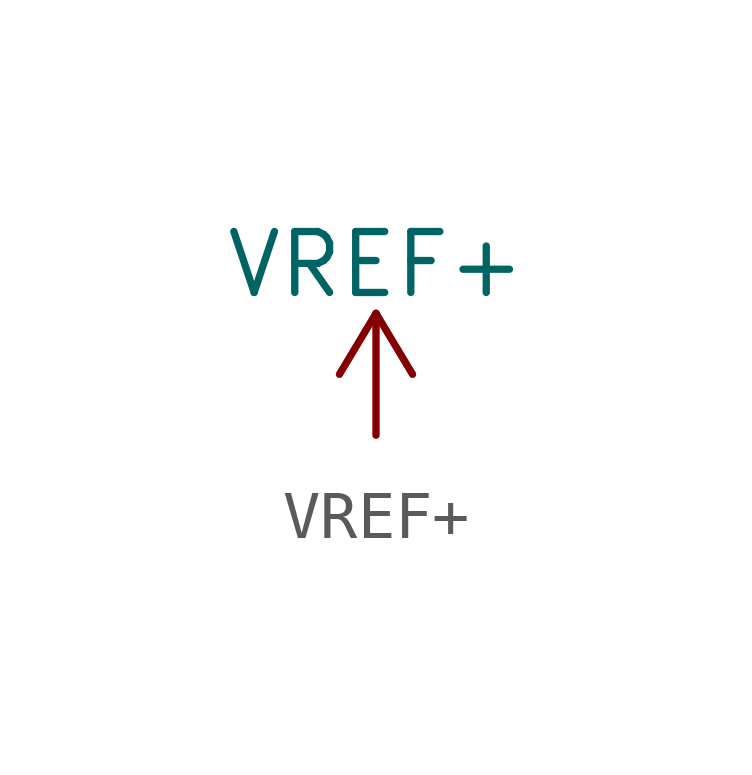
<source format=kicad_sym>
(kicad_symbol_lib
  (version 20211014)
  (generator kicad_symbol_editor)
  (symbol "VREF+"
    (power)
    (pin_names
      (offset 0))
    (property "Reference" "#PWR"
      (at 0 -3.81 0)
      (effects (font (size 1.27 1.27)) hide))
    (property "Value" "VREF+"
      (at 0 3.556 0)
      (effects (font (size 1.27 1.27))))
    (symbol "VREF+_0_1"
      (polyline (pts (xy -0.762 1.27) (xy 0 2.54)) (stroke (width 0) (type default) (color 0 0 0 0)) (fill (type none)))
      (polyline (pts (xy 0 0) (xy 0 2.54)) (stroke (width 0) (type default) (color 0 0 0 0)) (fill (type none)))
      (polyline (pts (xy 0 2.54) (xy 0.762 1.27)) (stroke (width 0) (type default) (color 0 0 0 0)) (fill (type none))))
    (symbol "VREF+_1_1"
      (pin power_in line (at 0 0 90) (length 0) hide (name "VREF+" (effects (font (size 1.27 1.27)))) (number "1" (effects (font (size 1.27 1.27))))))))
</source>
